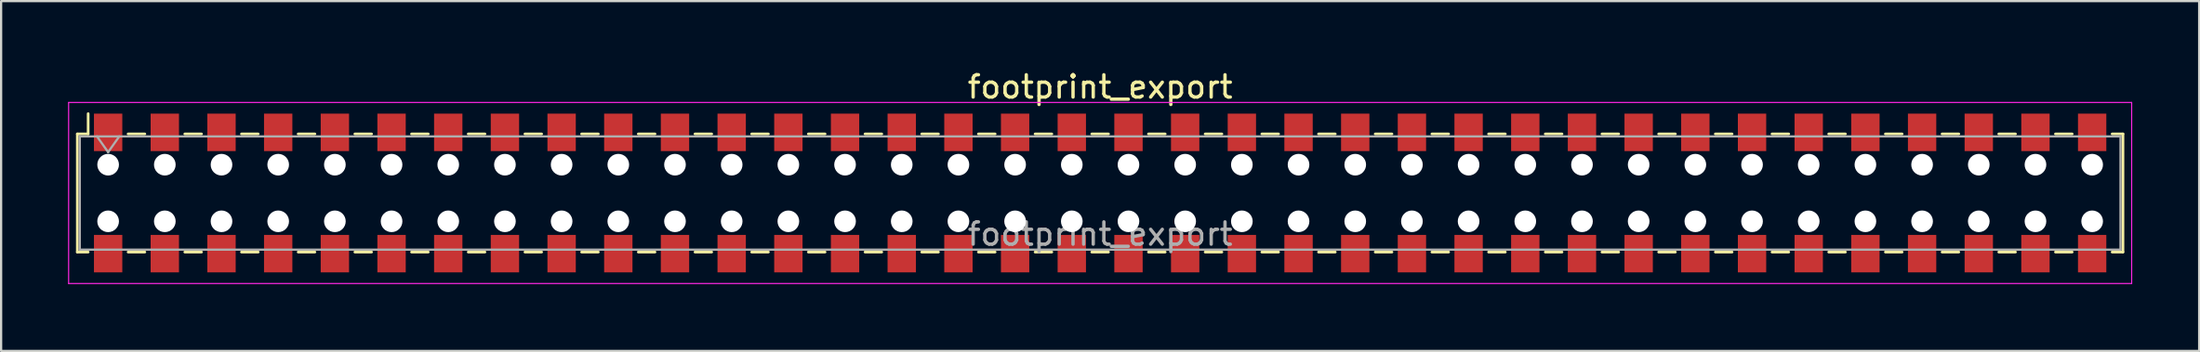
<source format=kicad_pcb>
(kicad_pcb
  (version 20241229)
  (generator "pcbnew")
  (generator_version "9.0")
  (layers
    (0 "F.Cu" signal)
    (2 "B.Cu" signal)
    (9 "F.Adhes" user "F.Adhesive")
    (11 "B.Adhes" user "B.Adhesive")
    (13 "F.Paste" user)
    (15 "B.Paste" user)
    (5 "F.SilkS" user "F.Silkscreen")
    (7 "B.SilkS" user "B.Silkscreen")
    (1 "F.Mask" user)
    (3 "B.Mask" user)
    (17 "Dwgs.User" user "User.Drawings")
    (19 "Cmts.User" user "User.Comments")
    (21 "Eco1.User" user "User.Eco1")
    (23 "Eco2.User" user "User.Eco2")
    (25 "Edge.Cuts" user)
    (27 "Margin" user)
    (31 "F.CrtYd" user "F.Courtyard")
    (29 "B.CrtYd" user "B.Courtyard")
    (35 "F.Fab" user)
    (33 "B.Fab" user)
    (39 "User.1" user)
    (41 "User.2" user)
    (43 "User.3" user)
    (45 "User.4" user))
  (footprint "footprint_export"
    (layer "F.Cu")
    (at 46.245 5.608)
    (property "Reference" "footprint_export" (at 0 -4.76 0) (layer "F.SilkS") (effects (font (size 1 1) (thickness 0.15))))
    (attr smd)
    (fp_line (start -45.83 -2.65) (end -45.83 2.65) (stroke (width 0.12) (type solid)) (layer "F.SilkS"))
    (fp_line (start -45.83 2.65) (end -45.345 2.65) (stroke (width 0.12) (type solid)) (layer "F.SilkS"))
    (fp_line (start -45.345 -3.56) (end -45.345 -2.65) (stroke (width 0.12) (type solid)) (layer "F.SilkS"))
    (fp_line (start -45.345 -2.65) (end -45.83 -2.65) (stroke (width 0.12) (type solid)) (layer "F.SilkS"))
    (fp_line (start -43.555 -2.65) (end -42.805 -2.65) (stroke (width 0.12) (type solid)) (layer "F.SilkS"))
    (fp_line (start -43.555 2.65) (end -42.805 2.65) (stroke (width 0.12) (type solid)) (layer "F.SilkS"))
    (fp_line (start -41.015 -2.65) (end -40.265 -2.65) (stroke (width 0.12) (type solid)) (layer "F.SilkS"))
    (fp_line (start -41.015 2.65) (end -40.265 2.65) (stroke (width 0.12) (type solid)) (layer "F.SilkS"))
    (fp_line (start -38.475 -2.65) (end -37.725 -2.65) (stroke (width 0.12) (type solid)) (layer "F.SilkS"))
    (fp_line (start -38.475 2.65) (end -37.725 2.65) (stroke (width 0.12) (type solid)) (layer "F.SilkS"))
    (fp_line (start -35.935 -2.65) (end -35.185 -2.65) (stroke (width 0.12) (type solid)) (layer "F.SilkS"))
    (fp_line (start -35.935 2.65) (end -35.185 2.65) (stroke (width 0.12) (type solid)) (layer "F.SilkS"))
    (fp_line (start -33.395 -2.65) (end -32.645 -2.65) (stroke (width 0.12) (type solid)) (layer "F.SilkS"))
    (fp_line (start -33.395 2.65) (end -32.645 2.65) (stroke (width 0.12) (type solid)) (layer "F.SilkS"))
    (fp_line (start -30.855 -2.65) (end -30.105 -2.65) (stroke (width 0.12) (type solid)) (layer "F.SilkS"))
    (fp_line (start -30.855 2.65) (end -30.105 2.65) (stroke (width 0.12) (type solid)) (layer "F.SilkS"))
    (fp_line (start -28.315 -2.65) (end -27.565 -2.65) (stroke (width 0.12) (type solid)) (layer "F.SilkS"))
    (fp_line (start -28.315 2.65) (end -27.565 2.65) (stroke (width 0.12) (type solid)) (layer "F.SilkS"))
    (fp_line (start -25.775 -2.65) (end -25.025 -2.65) (stroke (width 0.12) (type solid)) (layer "F.SilkS"))
    (fp_line (start -25.775 2.65) (end -25.025 2.65) (stroke (width 0.12) (type solid)) (layer "F.SilkS"))
    (fp_line (start -23.235 -2.65) (end -22.485 -2.65) (stroke (width 0.12) (type solid)) (layer "F.SilkS"))
    (fp_line (start -23.235 2.65) (end -22.485 2.65) (stroke (width 0.12) (type solid)) (layer "F.SilkS"))
    (fp_line (start -20.695 -2.65) (end -19.945 -2.65) (stroke (width 0.12) (type solid)) (layer "F.SilkS"))
    (fp_line (start -20.695 2.65) (end -19.945 2.65) (stroke (width 0.12) (type solid)) (layer "F.SilkS"))
    (fp_line (start -18.155 -2.65) (end -17.405 -2.65) (stroke (width 0.12) (type solid)) (layer "F.SilkS"))
    (fp_line (start -18.155 2.65) (end -17.405 2.65) (stroke (width 0.12) (type solid)) (layer "F.SilkS"))
    (fp_line (start -15.615 -2.65) (end -14.865 -2.65) (stroke (width 0.12) (type solid)) (layer "F.SilkS"))
    (fp_line (start -15.615 2.65) (end -14.865 2.65) (stroke (width 0.12) (type solid)) (layer "F.SilkS"))
    (fp_line (start -13.075 -2.65) (end -12.325 -2.65) (stroke (width 0.12) (type solid)) (layer "F.SilkS"))
    (fp_line (start -13.075 2.65) (end -12.325 2.65) (stroke (width 0.12) (type solid)) (layer "F.SilkS"))
    (fp_line (start -10.535 -2.65) (end -9.785 -2.65) (stroke (width 0.12) (type solid)) (layer "F.SilkS"))
    (fp_line (start -10.535 2.65) (end -9.785 2.65) (stroke (width 0.12) (type solid)) (layer "F.SilkS"))
    (fp_line (start -7.995 -2.65) (end -7.245 -2.65) (stroke (width 0.12) (type solid)) (layer "F.SilkS"))
    (fp_line (start -7.995 2.65) (end -7.245 2.65) (stroke (width 0.12) (type solid)) (layer "F.SilkS"))
    (fp_line (start -5.455 -2.65) (end -4.705 -2.65) (stroke (width 0.12) (type solid)) (layer "F.SilkS"))
    (fp_line (start -5.455 2.65) (end -4.705 2.65) (stroke (width 0.12) (type solid)) (layer "F.SilkS"))
    (fp_line (start -2.915 -2.65) (end -2.165 -2.65) (stroke (width 0.12) (type solid)) (layer "F.SilkS"))
    (fp_line (start -2.915 2.65) (end -2.165 2.65) (stroke (width 0.12) (type solid)) (layer "F.SilkS"))
    (fp_line (start -0.375 -2.65) (end 0.375 -2.65) (stroke (width 0.12) (type solid)) (layer "F.SilkS"))
    (fp_line (start -0.375 2.65) (end 0.375 2.65) (stroke (width 0.12) (type solid)) (layer "F.SilkS"))
    (fp_line (start 2.165 -2.65) (end 2.915 -2.65) (stroke (width 0.12) (type solid)) (layer "F.SilkS"))
    (fp_line (start 2.165 2.65) (end 2.915 2.65) (stroke (width 0.12) (type solid)) (layer "F.SilkS"))
    (fp_line (start 4.705 -2.65) (end 5.455 -2.65) (stroke (width 0.12) (type solid)) (layer "F.SilkS"))
    (fp_line (start 4.705 2.65) (end 5.455 2.65) (stroke (width 0.12) (type solid)) (layer "F.SilkS"))
    (fp_line (start 7.245 -2.65) (end 7.995 -2.65) (stroke (width 0.12) (type solid)) (layer "F.SilkS"))
    (fp_line (start 7.245 2.65) (end 7.995 2.65) (stroke (width 0.12) (type solid)) (layer "F.SilkS"))
    (fp_line (start 9.785 -2.65) (end 10.535 -2.65) (stroke (width 0.12) (type solid)) (layer "F.SilkS"))
    (fp_line (start 9.785 2.65) (end 10.535 2.65) (stroke (width 0.12) (type solid)) (layer "F.SilkS"))
    (fp_line (start 12.325 -2.65) (end 13.075 -2.65) (stroke (width 0.12) (type solid)) (layer "F.SilkS"))
    (fp_line (start 12.325 2.65) (end 13.075 2.65) (stroke (width 0.12) (type solid)) (layer "F.SilkS"))
    (fp_line (start 14.865 -2.65) (end 15.615 -2.65) (stroke (width 0.12) (type solid)) (layer "F.SilkS"))
    (fp_line (start 14.865 2.65) (end 15.615 2.65) (stroke (width 0.12) (type solid)) (layer "F.SilkS"))
    (fp_line (start 17.405 -2.65) (end 18.155 -2.65) (stroke (width 0.12) (type solid)) (layer "F.SilkS"))
    (fp_line (start 17.405 2.65) (end 18.155 2.65) (stroke (width 0.12) (type solid)) (layer "F.SilkS"))
    (fp_line (start 19.945 -2.65) (end 20.695 -2.65) (stroke (width 0.12) (type solid)) (layer "F.SilkS"))
    (fp_line (start 19.945 2.65) (end 20.695 2.65) (stroke (width 0.12) (type solid)) (layer "F.SilkS"))
    (fp_line (start 22.485 -2.65) (end 23.235 -2.65) (stroke (width 0.12) (type solid)) (layer "F.SilkS"))
    (fp_line (start 22.485 2.65) (end 23.235 2.65) (stroke (width 0.12) (type solid)) (layer "F.SilkS"))
    (fp_line (start 25.025 -2.65) (end 25.775 -2.65) (stroke (width 0.12) (type solid)) (layer "F.SilkS"))
    (fp_line (start 25.025 2.65) (end 25.775 2.65) (stroke (width 0.12) (type solid)) (layer "F.SilkS"))
    (fp_line (start 27.565 -2.65) (end 28.315 -2.65) (stroke (width 0.12) (type solid)) (layer "F.SilkS"))
    (fp_line (start 27.565 2.65) (end 28.315 2.65) (stroke (width 0.12) (type solid)) (layer "F.SilkS"))
    (fp_line (start 30.105 -2.65) (end 30.855 -2.65) (stroke (width 0.12) (type solid)) (layer "F.SilkS"))
    (fp_line (start 30.105 2.65) (end 30.855 2.65) (stroke (width 0.12) (type solid)) (layer "F.SilkS"))
    (fp_line (start 32.645 -2.65) (end 33.395 -2.65) (stroke (width 0.12) (type solid)) (layer "F.SilkS"))
    (fp_line (start 32.645 2.65) (end 33.395 2.65) (stroke (width 0.12) (type solid)) (layer "F.SilkS"))
    (fp_line (start 35.185 -2.65) (end 35.935 -2.65) (stroke (width 0.12) (type solid)) (layer "F.SilkS"))
    (fp_line (start 35.185 2.65) (end 35.935 2.65) (stroke (width 0.12) (type solid)) (layer "F.SilkS"))
    (fp_line (start 37.725 -2.65) (end 38.475 -2.65) (stroke (width 0.12) (type solid)) (layer "F.SilkS"))
    (fp_line (start 37.725 2.65) (end 38.475 2.65) (stroke (width 0.12) (type solid)) (layer "F.SilkS"))
    (fp_line (start 40.265 -2.65) (end 41.015 -2.65) (stroke (width 0.12) (type solid)) (layer "F.SilkS"))
    (fp_line (start 40.265 2.65) (end 41.015 2.65) (stroke (width 0.12) (type solid)) (layer "F.SilkS"))
    (fp_line (start 42.805 -2.65) (end 43.555 -2.65) (stroke (width 0.12) (type solid)) (layer "F.SilkS"))
    (fp_line (start 42.805 2.65) (end 43.555 2.65) (stroke (width 0.12) (type solid)) (layer "F.SilkS"))
    (fp_line (start 45.345 -2.65) (end 45.83 -2.65) (stroke (width 0.12) (type solid)) (layer "F.SilkS"))
    (fp_line (start 45.83 -2.65) (end 45.83 2.65) (stroke (width 0.12) (type solid)) (layer "F.SilkS"))
    (fp_line (start 45.83 2.65) (end 45.345 2.65) (stroke (width 0.12) (type solid)) (layer "F.SilkS"))
    (fp_line (start -46.22 -4.06) (end 46.22 -4.06) (stroke (width 0.05) (type solid)) (layer "F.CrtYd"))
    (fp_line (start -46.22 4.06) (end -46.22 -4.06) (stroke (width 0.05) (type solid)) (layer "F.CrtYd"))
    (fp_line (start 46.22 -4.06) (end 46.22 4.06) (stroke (width 0.05) (type solid)) (layer "F.CrtYd"))
    (fp_line (start 46.22 4.06) (end -46.22 4.06) (stroke (width 0.05) (type solid)) (layer "F.CrtYd"))
    (fp_line (start -45.72 -2.54) (end 45.72 -2.54) (stroke (width 0.1) (type solid)) (layer "F.Fab"))
    (fp_line (start -45.72 2.54) (end -45.72 -2.54) (stroke (width 0.1) (type solid)) (layer "F.Fab"))
    (fp_line (start -44.95 -2.54) (end -44.45 -1.833) (stroke (width 0.1) (type solid)) (layer "F.Fab"))
    (fp_line (start -44.45 -1.833) (end -43.95 -2.54) (stroke (width 0.1) (type solid)) (layer "F.Fab"))
    (fp_line (start 45.72 -2.54) (end 45.72 2.54) (stroke (width 0.1) (type solid)) (layer "F.Fab"))
    (fp_line (start 45.72 2.54) (end -45.72 2.54) (stroke (width 0.1) (type solid)) (layer "F.Fab"))
    (fp_text user "${REFERENCE}" (at 0 1.84 0) (layer "F.Fab") (effects (font (size 1 1) (thickness 0.15))))
    (pad "" np_thru_hole circle (at -44.45 -1.27) (size 0.97 0.97) (drill 0.97) (layers "*.Cu" "*.Mask"))
    (pad "" np_thru_hole circle (at -44.45 1.27) (size 0.97 0.97) (drill 0.97) (layers "*.Cu" "*.Mask"))
    (pad "" np_thru_hole circle (at -41.91 -1.27) (size 0.97 0.97) (drill 0.97) (layers "*.Cu" "*.Mask"))
    (pad "" np_thru_hole circle (at -41.91 1.27) (size 0.97 0.97) (drill 0.97) (layers "*.Cu" "*.Mask"))
    (pad "" np_thru_hole circle (at -39.37 -1.27) (size 0.97 0.97) (drill 0.97) (layers "*.Cu" "*.Mask"))
    (pad "" np_thru_hole circle (at -39.37 1.27) (size 0.97 0.97) (drill 0.97) (layers "*.Cu" "*.Mask"))
    (pad "" np_thru_hole circle (at -36.83 -1.27) (size 0.97 0.97) (drill 0.97) (layers "*.Cu" "*.Mask"))
    (pad "" np_thru_hole circle (at -36.83 1.27) (size 0.97 0.97) (drill 0.97) (layers "*.Cu" "*.Mask"))
    (pad "" np_thru_hole circle (at -34.29 -1.27) (size 0.97 0.97) (drill 0.97) (layers "*.Cu" "*.Mask"))
    (pad "" np_thru_hole circle (at -34.29 1.27) (size 0.97 0.97) (drill 0.97) (layers "*.Cu" "*.Mask"))
    (pad "" np_thru_hole circle (at -31.75 -1.27) (size 0.97 0.97) (drill 0.97) (layers "*.Cu" "*.Mask"))
    (pad "" np_thru_hole circle (at -31.75 1.27) (size 0.97 0.97) (drill 0.97) (layers "*.Cu" "*.Mask"))
    (pad "" np_thru_hole circle (at -29.21 -1.27) (size 0.97 0.97) (drill 0.97) (layers "*.Cu" "*.Mask"))
    (pad "" np_thru_hole circle (at -29.21 1.27) (size 0.97 0.97) (drill 0.97) (layers "*.Cu" "*.Mask"))
    (pad "" np_thru_hole circle (at -26.67 -1.27) (size 0.97 0.97) (drill 0.97) (layers "*.Cu" "*.Mask"))
    (pad "" np_thru_hole circle (at -26.67 1.27) (size 0.97 0.97) (drill 0.97) (layers "*.Cu" "*.Mask"))
    (pad "" np_thru_hole circle (at -24.13 -1.27) (size 0.97 0.97) (drill 0.97) (layers "*.Cu" "*.Mask"))
    (pad "" np_thru_hole circle (at -24.13 1.27) (size 0.97 0.97) (drill 0.97) (layers "*.Cu" "*.Mask"))
    (pad "" np_thru_hole circle (at -21.59 -1.27) (size 0.97 0.97) (drill 0.97) (layers "*.Cu" "*.Mask"))
    (pad "" np_thru_hole circle (at -21.59 1.27) (size 0.97 0.97) (drill 0.97) (layers "*.Cu" "*.Mask"))
    (pad "" np_thru_hole circle (at -19.05 -1.27) (size 0.97 0.97) (drill 0.97) (layers "*.Cu" "*.Mask"))
    (pad "" np_thru_hole circle (at -19.05 1.27) (size 0.97 0.97) (drill 0.97) (layers "*.Cu" "*.Mask"))
    (pad "" np_thru_hole circle (at -16.51 -1.27) (size 0.97 0.97) (drill 0.97) (layers "*.Cu" "*.Mask"))
    (pad "" np_thru_hole circle (at -16.51 1.27) (size 0.97 0.97) (drill 0.97) (layers "*.Cu" "*.Mask"))
    (pad "" np_thru_hole circle (at -13.97 -1.27) (size 0.97 0.97) (drill 0.97) (layers "*.Cu" "*.Mask"))
    (pad "" np_thru_hole circle (at -13.97 1.27) (size 0.97 0.97) (drill 0.97) (layers "*.Cu" "*.Mask"))
    (pad "" np_thru_hole circle (at -11.43 -1.27) (size 0.97 0.97) (drill 0.97) (layers "*.Cu" "*.Mask"))
    (pad "" np_thru_hole circle (at -11.43 1.27) (size 0.97 0.97) (drill 0.97) (layers "*.Cu" "*.Mask"))
    (pad "" np_thru_hole circle (at -8.89 -1.27) (size 0.97 0.97) (drill 0.97) (layers "*.Cu" "*.Mask"))
    (pad "" np_thru_hole circle (at -8.89 1.27) (size 0.97 0.97) (drill 0.97) (layers "*.Cu" "*.Mask"))
    (pad "" np_thru_hole circle (at -6.35 -1.27) (size 0.97 0.97) (drill 0.97) (layers "*.Cu" "*.Mask"))
    (pad "" np_thru_hole circle (at -6.35 1.27) (size 0.97 0.97) (drill 0.97) (layers "*.Cu" "*.Mask"))
    (pad "" np_thru_hole circle (at -3.81 -1.27) (size 0.97 0.97) (drill 0.97) (layers "*.Cu" "*.Mask"))
    (pad "" np_thru_hole circle (at -3.81 1.27) (size 0.97 0.97) (drill 0.97) (layers "*.Cu" "*.Mask"))
    (pad "" np_thru_hole circle (at -1.27 -1.27) (size 0.97 0.97) (drill 0.97) (layers "*.Cu" "*.Mask"))
    (pad "" np_thru_hole circle (at -1.27 1.27) (size 0.97 0.97) (drill 0.97) (layers "*.Cu" "*.Mask"))
    (pad "" np_thru_hole circle (at 1.27 -1.27) (size 0.97 0.97) (drill 0.97) (layers "*.Cu" "*.Mask"))
    (pad "" np_thru_hole circle (at 1.27 1.27) (size 0.97 0.97) (drill 0.97) (layers "*.Cu" "*.Mask"))
    (pad "" np_thru_hole circle (at 3.81 -1.27) (size 0.97 0.97) (drill 0.97) (layers "*.Cu" "*.Mask"))
    (pad "" np_thru_hole circle (at 3.81 1.27) (size 0.97 0.97) (drill 0.97) (layers "*.Cu" "*.Mask"))
    (pad "" np_thru_hole circle (at 6.35 -1.27) (size 0.97 0.97) (drill 0.97) (layers "*.Cu" "*.Mask"))
    (pad "" np_thru_hole circle (at 6.35 1.27) (size 0.97 0.97) (drill 0.97) (layers "*.Cu" "*.Mask"))
    (pad "" np_thru_hole circle (at 8.89 -1.27) (size 0.97 0.97) (drill 0.97) (layers "*.Cu" "*.Mask"))
    (pad "" np_thru_hole circle (at 8.89 1.27) (size 0.97 0.97) (drill 0.97) (layers "*.Cu" "*.Mask"))
    (pad "" np_thru_hole circle (at 11.43 -1.27) (size 0.97 0.97) (drill 0.97) (layers "*.Cu" "*.Mask"))
    (pad "" np_thru_hole circle (at 11.43 1.27) (size 0.97 0.97) (drill 0.97) (layers "*.Cu" "*.Mask"))
    (pad "" np_thru_hole circle (at 13.97 -1.27) (size 0.97 0.97) (drill 0.97) (layers "*.Cu" "*.Mask"))
    (pad "" np_thru_hole circle (at 13.97 1.27) (size 0.97 0.97) (drill 0.97) (layers "*.Cu" "*.Mask"))
    (pad "" np_thru_hole circle (at 16.51 -1.27) (size 0.97 0.97) (drill 0.97) (layers "*.Cu" "*.Mask"))
    (pad "" np_thru_hole circle (at 16.51 1.27) (size 0.97 0.97) (drill 0.97) (layers "*.Cu" "*.Mask"))
    (pad "" np_thru_hole circle (at 19.05 -1.27) (size 0.97 0.97) (drill 0.97) (layers "*.Cu" "*.Mask"))
    (pad "" np_thru_hole circle (at 19.05 1.27) (size 0.97 0.97) (drill 0.97) (layers "*.Cu" "*.Mask"))
    (pad "" np_thru_hole circle (at 21.59 -1.27) (size 0.97 0.97) (drill 0.97) (layers "*.Cu" "*.Mask"))
    (pad "" np_thru_hole circle (at 21.59 1.27) (size 0.97 0.97) (drill 0.97) (layers "*.Cu" "*.Mask"))
    (pad "" np_thru_hole circle (at 24.13 -1.27) (size 0.97 0.97) (drill 0.97) (layers "*.Cu" "*.Mask"))
    (pad "" np_thru_hole circle (at 24.13 1.27) (size 0.97 0.97) (drill 0.97) (layers "*.Cu" "*.Mask"))
    (pad "" np_thru_hole circle (at 26.67 -1.27) (size 0.97 0.97) (drill 0.97) (layers "*.Cu" "*.Mask"))
    (pad "" np_thru_hole circle (at 26.67 1.27) (size 0.97 0.97) (drill 0.97) (layers "*.Cu" "*.Mask"))
    (pad "" np_thru_hole circle (at 29.21 -1.27) (size 0.97 0.97) (drill 0.97) (layers "*.Cu" "*.Mask"))
    (pad "" np_thru_hole circle (at 29.21 1.27) (size 0.97 0.97) (drill 0.97) (layers "*.Cu" "*.Mask"))
    (pad "" np_thru_hole circle (at 31.75 -1.27) (size 0.97 0.97) (drill 0.97) (layers "*.Cu" "*.Mask"))
    (pad "" np_thru_hole circle (at 31.75 1.27) (size 0.97 0.97) (drill 0.97) (layers "*.Cu" "*.Mask"))
    (pad "" np_thru_hole circle (at 34.29 -1.27) (size 0.97 0.97) (drill 0.97) (layers "*.Cu" "*.Mask"))
    (pad "" np_thru_hole circle (at 34.29 1.27) (size 0.97 0.97) (drill 0.97) (layers "*.Cu" "*.Mask"))
    (pad "" np_thru_hole circle (at 36.83 -1.27) (size 0.97 0.97) (drill 0.97) (layers "*.Cu" "*.Mask"))
    (pad "" np_thru_hole circle (at 36.83 1.27) (size 0.97 0.97) (drill 0.97) (layers "*.Cu" "*.Mask"))
    (pad "" np_thru_hole circle (at 39.37 -1.27) (size 0.97 0.97) (drill 0.97) (layers "*.Cu" "*.Mask"))
    (pad "" np_thru_hole circle (at 39.37 1.27) (size 0.97 0.97) (drill 0.97) (layers "*.Cu" "*.Mask"))
    (pad "" np_thru_hole circle (at 41.91 -1.27) (size 0.97 0.97) (drill 0.97) (layers "*.Cu" "*.Mask"))
    (pad "" np_thru_hole circle (at 41.91 1.27) (size 0.97 0.97) (drill 0.97) (layers "*.Cu" "*.Mask"))
    (pad "" np_thru_hole circle (at 44.45 -1.27) (size 0.97 0.97) (drill 0.97) (layers "*.Cu" "*.Mask"))
    (pad "" np_thru_hole circle (at 44.45 1.27) (size 0.97 0.97) (drill 0.97) (layers "*.Cu" "*.Mask"))
    (pad "1" smd rect (at -44.45 -2.72) (size 1.27 1.68) (layers "F.Cu" "F.Mask" "F.Paste"))
    (pad "2" smd rect (at -44.45 2.72) (size 1.27 1.68) (layers "F.Cu" "F.Mask" "F.Paste"))
    (pad "3" smd rect (at -41.91 -2.72) (size 1.27 1.68) (layers "F.Cu" "F.Mask" "F.Paste"))
    (pad "4" smd rect (at -41.91 2.72) (size 1.27 1.68) (layers "F.Cu" "F.Mask" "F.Paste"))
    (pad "5" smd rect (at -39.37 -2.72) (size 1.27 1.68) (layers "F.Cu" "F.Mask" "F.Paste"))
    (pad "6" smd rect (at -39.37 2.72) (size 1.27 1.68) (layers "F.Cu" "F.Mask" "F.Paste"))
    (pad "7" smd rect (at -36.83 -2.72) (size 1.27 1.68) (layers "F.Cu" "F.Mask" "F.Paste"))
    (pad "8" smd rect (at -36.83 2.72) (size 1.27 1.68) (layers "F.Cu" "F.Mask" "F.Paste"))
    (pad "9" smd rect (at -34.29 -2.72) (size 1.27 1.68) (layers "F.Cu" "F.Mask" "F.Paste"))
    (pad "10" smd rect (at -34.29 2.72) (size 1.27 1.68) (layers "F.Cu" "F.Mask" "F.Paste"))
    (pad "11" smd rect (at -31.75 -2.72) (size 1.27 1.68) (layers "F.Cu" "F.Mask" "F.Paste"))
    (pad "12" smd rect (at -31.75 2.72) (size 1.27 1.68) (layers "F.Cu" "F.Mask" "F.Paste"))
    (pad "13" smd rect (at -29.21 -2.72) (size 1.27 1.68) (layers "F.Cu" "F.Mask" "F.Paste"))
    (pad "14" smd rect (at -29.21 2.72) (size 1.27 1.68) (layers "F.Cu" "F.Mask" "F.Paste"))
    (pad "15" smd rect (at -26.67 -2.72) (size 1.27 1.68) (layers "F.Cu" "F.Mask" "F.Paste"))
    (pad "16" smd rect (at -26.67 2.72) (size 1.27 1.68) (layers "F.Cu" "F.Mask" "F.Paste"))
    (pad "17" smd rect (at -24.13 -2.72) (size 1.27 1.68) (layers "F.Cu" "F.Mask" "F.Paste"))
    (pad "18" smd rect (at -24.13 2.72) (size 1.27 1.68) (layers "F.Cu" "F.Mask" "F.Paste"))
    (pad "19" smd rect (at -21.59 -2.72) (size 1.27 1.68) (layers "F.Cu" "F.Mask" "F.Paste"))
    (pad "20" smd rect (at -21.59 2.72) (size 1.27 1.68) (layers "F.Cu" "F.Mask" "F.Paste"))
    (pad "21" smd rect (at -19.05 -2.72) (size 1.27 1.68) (layers "F.Cu" "F.Mask" "F.Paste"))
    (pad "22" smd rect (at -19.05 2.72) (size 1.27 1.68) (layers "F.Cu" "F.Mask" "F.Paste"))
    (pad "23" smd rect (at -16.51 -2.72) (size 1.27 1.68) (layers "F.Cu" "F.Mask" "F.Paste"))
    (pad "24" smd rect (at -16.51 2.72) (size 1.27 1.68) (layers "F.Cu" "F.Mask" "F.Paste"))
    (pad "25" smd rect (at -13.97 -2.72) (size 1.27 1.68) (layers "F.Cu" "F.Mask" "F.Paste"))
    (pad "26" smd rect (at -13.97 2.72) (size 1.27 1.68) (layers "F.Cu" "F.Mask" "F.Paste"))
    (pad "27" smd rect (at -11.43 -2.72) (size 1.27 1.68) (layers "F.Cu" "F.Mask" "F.Paste"))
    (pad "28" smd rect (at -11.43 2.72) (size 1.27 1.68) (layers "F.Cu" "F.Mask" "F.Paste"))
    (pad "29" smd rect (at -8.89 -2.72) (size 1.27 1.68) (layers "F.Cu" "F.Mask" "F.Paste"))
    (pad "30" smd rect (at -8.89 2.72) (size 1.27 1.68) (layers "F.Cu" "F.Mask" "F.Paste"))
    (pad "31" smd rect (at -6.35 -2.72) (size 1.27 1.68) (layers "F.Cu" "F.Mask" "F.Paste"))
    (pad "32" smd rect (at -6.35 2.72) (size 1.27 1.68) (layers "F.Cu" "F.Mask" "F.Paste"))
    (pad "33" smd rect (at -3.81 -2.72) (size 1.27 1.68) (layers "F.Cu" "F.Mask" "F.Paste"))
    (pad "34" smd rect (at -3.81 2.72) (size 1.27 1.68) (layers "F.Cu" "F.Mask" "F.Paste"))
    (pad "35" smd rect (at -1.27 -2.72) (size 1.27 1.68) (layers "F.Cu" "F.Mask" "F.Paste"))
    (pad "36" smd rect (at -1.27 2.72) (size 1.27 1.68) (layers "F.Cu" "F.Mask" "F.Paste"))
    (pad "37" smd rect (at 1.27 -2.72) (size 1.27 1.68) (layers "F.Cu" "F.Mask" "F.Paste"))
    (pad "38" smd rect (at 1.27 2.72) (size 1.27 1.68) (layers "F.Cu" "F.Mask" "F.Paste"))
    (pad "39" smd rect (at 3.81 -2.72) (size 1.27 1.68) (layers "F.Cu" "F.Mask" "F.Paste"))
    (pad "40" smd rect (at 3.81 2.72) (size 1.27 1.68) (layers "F.Cu" "F.Mask" "F.Paste"))
    (pad "41" smd rect (at 6.35 -2.72) (size 1.27 1.68) (layers "F.Cu" "F.Mask" "F.Paste"))
    (pad "42" smd rect (at 6.35 2.72) (size 1.27 1.68) (layers "F.Cu" "F.Mask" "F.Paste"))
    (pad "43" smd rect (at 8.89 -2.72) (size 1.27 1.68) (layers "F.Cu" "F.Mask" "F.Paste"))
    (pad "44" smd rect (at 8.89 2.72) (size 1.27 1.68) (layers "F.Cu" "F.Mask" "F.Paste"))
    (pad "45" smd rect (at 11.43 -2.72) (size 1.27 1.68) (layers "F.Cu" "F.Mask" "F.Paste"))
    (pad "46" smd rect (at 11.43 2.72) (size 1.27 1.68) (layers "F.Cu" "F.Mask" "F.Paste"))
    (pad "47" smd rect (at 13.97 -2.72) (size 1.27 1.68) (layers "F.Cu" "F.Mask" "F.Paste"))
    (pad "48" smd rect (at 13.97 2.72) (size 1.27 1.68) (layers "F.Cu" "F.Mask" "F.Paste"))
    (pad "49" smd rect (at 16.51 -2.72) (size 1.27 1.68) (layers "F.Cu" "F.Mask" "F.Paste"))
    (pad "50" smd rect (at 16.51 2.72) (size 1.27 1.68) (layers "F.Cu" "F.Mask" "F.Paste"))
    (pad "51" smd rect (at 19.05 -2.72) (size 1.27 1.68) (layers "F.Cu" "F.Mask" "F.Paste"))
    (pad "52" smd rect (at 19.05 2.72) (size 1.27 1.68) (layers "F.Cu" "F.Mask" "F.Paste"))
    (pad "53" smd rect (at 21.59 -2.72) (size 1.27 1.68) (layers "F.Cu" "F.Mask" "F.Paste"))
    (pad "54" smd rect (at 21.59 2.72) (size 1.27 1.68) (layers "F.Cu" "F.Mask" "F.Paste"))
    (pad "55" smd rect (at 24.13 -2.72) (size 1.27 1.68) (layers "F.Cu" "F.Mask" "F.Paste"))
    (pad "56" smd rect (at 24.13 2.72) (size 1.27 1.68) (layers "F.Cu" "F.Mask" "F.Paste"))
    (pad "57" smd rect (at 26.67 -2.72) (size 1.27 1.68) (layers "F.Cu" "F.Mask" "F.Paste"))
    (pad "58" smd rect (at 26.67 2.72) (size 1.27 1.68) (layers "F.Cu" "F.Mask" "F.Paste"))
    (pad "59" smd rect (at 29.21 -2.72) (size 1.27 1.68) (layers "F.Cu" "F.Mask" "F.Paste"))
    (pad "60" smd rect (at 29.21 2.72) (size 1.27 1.68) (layers "F.Cu" "F.Mask" "F.Paste"))
    (pad "61" smd rect (at 31.75 -2.72) (size 1.27 1.68) (layers "F.Cu" "F.Mask" "F.Paste"))
    (pad "62" smd rect (at 31.75 2.72) (size 1.27 1.68) (layers "F.Cu" "F.Mask" "F.Paste"))
    (pad "63" smd rect (at 34.29 -2.72) (size 1.27 1.68) (layers "F.Cu" "F.Mask" "F.Paste"))
    (pad "64" smd rect (at 34.29 2.72) (size 1.27 1.68) (layers "F.Cu" "F.Mask" "F.Paste"))
    (pad "65" smd rect (at 36.83 -2.72) (size 1.27 1.68) (layers "F.Cu" "F.Mask" "F.Paste"))
    (pad "66" smd rect (at 36.83 2.72) (size 1.27 1.68) (layers "F.Cu" "F.Mask" "F.Paste"))
    (pad "67" smd rect (at 39.37 -2.72) (size 1.27 1.68) (layers "F.Cu" "F.Mask" "F.Paste"))
    (pad "68" smd rect (at 39.37 2.72) (size 1.27 1.68) (layers "F.Cu" "F.Mask" "F.Paste"))
    (pad "69" smd rect (at 41.91 -2.72) (size 1.27 1.68) (layers "F.Cu" "F.Mask" "F.Paste"))
    (pad "70" smd rect (at 41.91 2.72) (size 1.27 1.68) (layers "F.Cu" "F.Mask" "F.Paste"))
    (pad "71" smd rect (at 44.45 -2.72) (size 1.27 1.68) (layers "F.Cu" "F.Mask" "F.Paste"))
    (pad "72" smd rect (at 44.45 2.72) (size 1.27 1.68) (layers "F.Cu" "F.Mask" "F.Paste")))
  (gr_rect
    (start -3 -3)
    (end 95.49 12.693)
    (stroke (width 0.1) (type default))
    (fill no)
    (layer "Edge.Cuts")))
</source>
